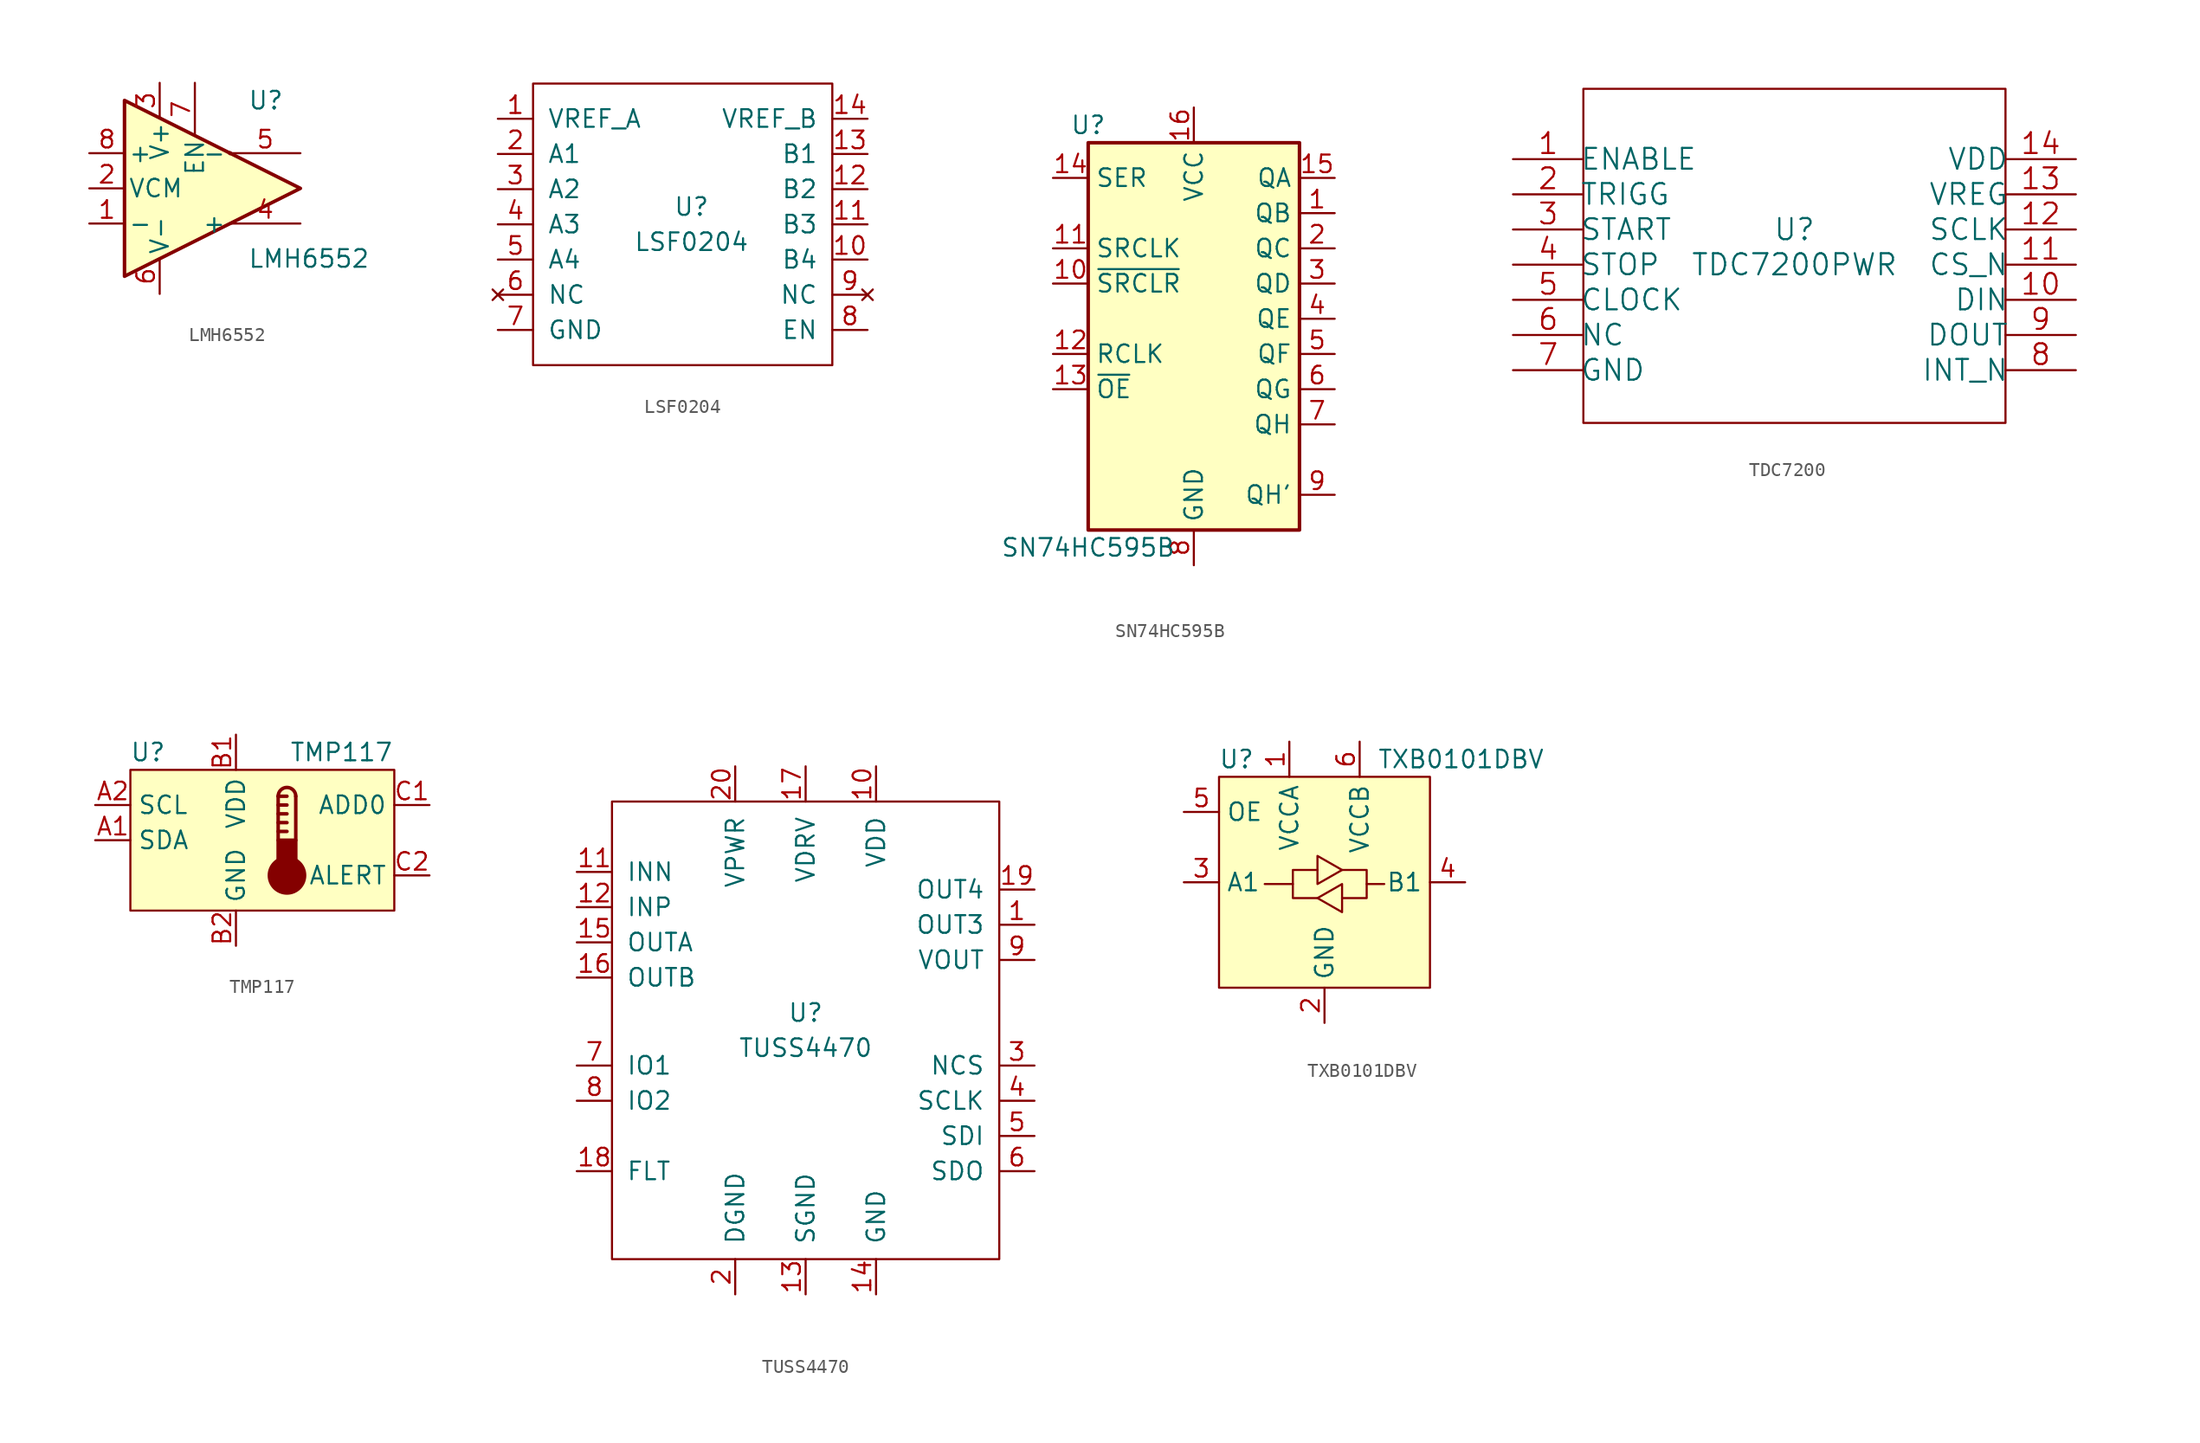
<source format=kicad_sym>
(kicad_symbol_lib
  (version 20220914)
  (generator kicad_symbol_editor)
  (symbol "LMH6552"
    (pin_names
      (offset 0.254))
    (property "Reference" "U"
      (at 3.81 6.35 0)
      (effects (font (size 1.27 1.27)) (justify left)))
    (property "Value" "LMH6552"
      (at 3.81 -5.08 0)
      (effects (font (size 1.27 1.27)) (justify left)))
    (symbol "LMH6552_0_1"
      (polyline (pts (xy 7.62 0) (xy -5.08 6.35) (xy -5.08 -6.35) (xy 7.62 0)) (stroke (width 0.254) (type default)) (fill (type background)))
      (circle (center 2.54 2.54) (radius 0.0001) (stroke (width 0) (type default)) (fill (type none))))
    (symbol "LMH6552_1_1"
      (pin input line (at -7.62 -2.54 0) (length 2.54) (name "-" (effects (font (size 1.27 1.27)))) (number "1" (effects (font (size 1.27 1.27)))))
      (pin input line (at -7.62 0 0) (length 2.54) (name "VCM" (effects (font (size 1.27 1.27)))) (number "2" (effects (font (size 1.27 1.27)))))
      (pin power_in line (at -2.54 7.62 270) (length 2.54) (name "V+" (effects (font (size 1.27 1.27)))) (number "3" (effects (font (size 1.27 1.27)))))
      (pin output line (at 7.62 -2.54 180) (length 5.08) (name "+" (effects (font (size 1.27 1.27)))) (number "4" (effects (font (size 1.27 1.27)))))
      (pin output line (at 7.62 2.54 180) (length 5.08) (name "-" (effects (font (size 1.27 1.27)))) (number "5" (effects (font (size 1.27 1.27)))))
      (pin power_in line (at -2.54 -7.62 90) (length 2.54) (name "V-" (effects (font (size 1.27 1.27)))) (number "6" (effects (font (size 1.27 1.27)))))
      (pin input line (at 0 7.62 270) (length 3.81) (name "EN" (effects (font (size 1.27 1.27)))) (number "7" (effects (font (size 1.27 1.27)))))
      (pin input line (at -7.62 2.54 0) (length 2.54) (name "+" (effects (font (size 1.27 1.27)))) (number "8" (effects (font (size 1.27 1.27)))))
      (pin passive line (at -2.54 -7.62 90) (length 2.54) hide (name "EP" (effects (font (size 1.27 1.27)))) (number "9" (effects (font (size 1.27 1.27)))))))
  (symbol "LSF0204"
    (pin_names
      (offset 1.016))
    (property "Reference" "U"
      (at 0 1.27 0)
      (effects (font (size 1.27 1.27))))
    (property "Value" "LSF0204"
      (at 0 -1.27 0)
      (effects (font (size 1.27 1.27))))
    (symbol "LSF0204_0_1"
      (rectangle (start -11.43 10.16) (end 10.16 -10.16) (stroke (width 0) (type solid)) (fill (type none))))
    (symbol "LSF0204_1_1"
      (pin power_in line (at -13.97 7.62 0) (length 2.54) (name "VREF_A" (effects (font (size 1.27 1.27)))) (number "1" (effects (font (size 1.27 1.27)))))
      (pin bidirectional line (at 12.7 -2.54 180) (length 2.54) (name "B4" (effects (font (size 1.27 1.27)))) (number "10" (effects (font (size 1.27 1.27)))))
      (pin bidirectional line (at 12.7 0 180) (length 2.54) (name "B3" (effects (font (size 1.27 1.27)))) (number "11" (effects (font (size 1.27 1.27)))))
      (pin bidirectional line (at 12.7 2.54 180) (length 2.54) (name "B2" (effects (font (size 1.27 1.27)))) (number "12" (effects (font (size 1.27 1.27)))))
      (pin bidirectional line (at 12.7 5.08 180) (length 2.54) (name "B1" (effects (font (size 1.27 1.27)))) (number "13" (effects (font (size 1.27 1.27)))))
      (pin power_in line (at 12.7 7.62 180) (length 2.54) (name "VREF_B" (effects (font (size 1.27 1.27)))) (number "14" (effects (font (size 1.27 1.27)))))
      (pin bidirectional line (at -13.97 5.08 0) (length 2.54) (name "A1" (effects (font (size 1.27 1.27)))) (number "2" (effects (font (size 1.27 1.27)))))
      (pin bidirectional line (at -13.97 2.54 0) (length 2.54) (name "A2" (effects (font (size 1.27 1.27)))) (number "3" (effects (font (size 1.27 1.27)))))
      (pin bidirectional line (at -13.97 0 0) (length 2.54) (name "A3" (effects (font (size 1.27 1.27)))) (number "4" (effects (font (size 1.27 1.27)))))
      (pin bidirectional line (at -13.97 -2.54 0) (length 2.54) (name "A4" (effects (font (size 1.27 1.27)))) (number "5" (effects (font (size 1.27 1.27)))))
      (pin no_connect line (at -13.97 -5.08 0) (length 2.54) (name "NC" (effects (font (size 1.27 1.27)))) (number "6" (effects (font (size 1.27 1.27)))))
      (pin power_in line (at -13.97 -7.62 0) (length 2.54) (name "GND" (effects (font (size 1.27 1.27)))) (number "7" (effects (font (size 1.27 1.27)))))
      (pin input line (at 12.7 -7.62 180) (length 2.54) (name "EN" (effects (font (size 1.27 1.27)))) (number "8" (effects (font (size 1.27 1.27)))))
      (pin no_connect line (at 12.7 -5.08 180) (length 2.54) (name "NC" (effects (font (size 1.27 1.27)))) (number "9" (effects (font (size 1.27 1.27)))))))
  (symbol "SN74HC595B"
    (property "Reference" "U"
      (at -7.62 13.97 0)
      (effects (font (size 1.27 1.27))))
    (property "Value" "SN74HC595B"
      (at -7.62 -16.51 0)
      (effects (font (size 1.27 1.27))))
    (symbol "SN74HC595B_1_0"
      (pin tri_state line (at 10.16 7.62 180) (length 2.54) (name "QB" (effects (font (size 1.27 1.27)))) (number "1" (effects (font (size 1.27 1.27)))))
      (pin input line (at -10.16 2.54 0) (length 2.54) (name "~{SRCLR}" (effects (font (size 1.27 1.27)))) (number "10" (effects (font (size 1.27 1.27)))))
      (pin input line (at -10.16 5.08 0) (length 2.54) (name "SRCLK" (effects (font (size 1.27 1.27)))) (number "11" (effects (font (size 1.27 1.27)))))
      (pin input line (at -10.16 -2.54 0) (length 2.54) (name "RCLK" (effects (font (size 1.27 1.27)))) (number "12" (effects (font (size 1.27 1.27)))))
      (pin input line (at -10.16 -5.08 0) (length 2.54) (name "~{OE}" (effects (font (size 1.27 1.27)))) (number "13" (effects (font (size 1.27 1.27)))))
      (pin input line (at -10.16 10.16 0) (length 2.54) (name "SER" (effects (font (size 1.27 1.27)))) (number "14" (effects (font (size 1.27 1.27)))))
      (pin tri_state line (at 10.16 10.16 180) (length 2.54) (name "QA" (effects (font (size 1.27 1.27)))) (number "15" (effects (font (size 1.27 1.27)))))
      (pin power_in line (at 0 15.24 270) (length 2.54) (name "VCC" (effects (font (size 1.27 1.27)))) (number "16" (effects (font (size 1.27 1.27)))))
      (pin tri_state line (at 10.16 5.08 180) (length 2.54) (name "QC" (effects (font (size 1.27 1.27)))) (number "2" (effects (font (size 1.27 1.27)))))
      (pin tri_state line (at 10.16 2.54 180) (length 2.54) (name "QD" (effects (font (size 1.27 1.27)))) (number "3" (effects (font (size 1.27 1.27)))))
      (pin tri_state line (at 10.16 0 180) (length 2.54) (name "QE" (effects (font (size 1.27 1.27)))) (number "4" (effects (font (size 1.27 1.27)))))
      (pin tri_state line (at 10.16 -2.54 180) (length 2.54) (name "QF" (effects (font (size 1.27 1.27)))) (number "5" (effects (font (size 1.27 1.27)))))
      (pin tri_state line (at 10.16 -5.08 180) (length 2.54) (name "QG" (effects (font (size 1.27 1.27)))) (number "6" (effects (font (size 1.27 1.27)))))
      (pin tri_state line (at 10.16 -7.62 180) (length 2.54) (name "QH" (effects (font (size 1.27 1.27)))) (number "7" (effects (font (size 1.27 1.27)))))
      (pin power_in line (at 0 -17.78 90) (length 2.54) (name "GND" (effects (font (size 1.27 1.27)))) (number "8" (effects (font (size 1.27 1.27)))))
      (pin output line (at 10.16 -12.7 180) (length 2.54) (name "QH'" (effects (font (size 1.27 1.27)))) (number "9" (effects (font (size 1.27 1.27))))))
    (symbol "SN74HC595B_1_1"
      (rectangle (start -7.62 12.7) (end 7.62 -15.24) (stroke (width 0.254) (type solid)) (fill (type background)))
      (pin passive line (at 0 -17.78 90) (length 2.54) hide (name "EP" (effects (font (size 1.27 1.27)))) (number "17" (effects (font (size 1.27 1.27)))))))
  (symbol "TDC7200"
    (pin_names
      (offset -0.254))
    (property "Reference" "U"
      (at 0 2.54 0)
      (effects (font (size 1.524 1.524))))
    (property "Value" "TDC7200PWR"
      (at 0 0 0)
      (effects (font (size 1.524 1.524))))
    (property "Datasheet" ""
      (at 0 0 0)
      (effects (font (size 1.524 1.524))))
    (symbol "TDC7200_0_1"
      (rectangle (start -15.24 12.7) (end 15.24 -11.43) (stroke (width 0) (type solid)) (fill (type none))))
    (symbol "TDC7200_1_1"
      (pin input line (at -20.32 7.62 0) (length 5.08) (name "ENABLE" (effects (font (size 1.499 1.499)))) (number "1" (effects (font (size 1.499 1.499)))))
      (pin input line (at 20.32 -2.54 180) (length 5.08) (name "DIN" (effects (font (size 1.499 1.499)))) (number "10" (effects (font (size 1.499 1.499)))))
      (pin input line (at 20.32 0 180) (length 5.08) (name "CS_N" (effects (font (size 1.499 1.499)))) (number "11" (effects (font (size 1.499 1.499)))))
      (pin input line (at 20.32 2.54 180) (length 5.08) (name "SCLK" (effects (font (size 1.499 1.499)))) (number "12" (effects (font (size 1.499 1.499)))))
      (pin power_in line (at 20.32 5.08 180) (length 5.08) (name "VREG" (effects (font (size 1.499 1.499)))) (number "13" (effects (font (size 1.499 1.499)))))
      (pin power_in line (at 20.32 7.62 180) (length 5.08) (name "VDD" (effects (font (size 1.499 1.499)))) (number "14" (effects (font (size 1.499 1.499)))))
      (pin output line (at -20.32 5.08 0) (length 5.08) (name "TRIGG" (effects (font (size 1.499 1.499)))) (number "2" (effects (font (size 1.499 1.499)))))
      (pin input line (at -20.32 2.54 0) (length 5.08) (name "START" (effects (font (size 1.499 1.499)))) (number "3" (effects (font (size 1.499 1.499)))))
      (pin input line (at -20.32 0 0) (length 5.08) (name "STOP" (effects (font (size 1.499 1.499)))) (number "4" (effects (font (size 1.499 1.499)))))
      (pin input line (at -20.32 -2.54 0) (length 5.08) (name "CLOCK" (effects (font (size 1.499 1.499)))) (number "5" (effects (font (size 1.499 1.499)))))
      (pin unspecified line (at -20.32 -5.08 0) (length 5.08) (name "NC" (effects (font (size 1.499 1.499)))) (number "6" (effects (font (size 1.499 1.499)))))
      (pin power_in line (at -20.32 -7.62 0) (length 5.08) (name "GND" (effects (font (size 1.499 1.499)))) (number "7" (effects (font (size 1.499 1.499)))))
      (pin output line (at 20.32 -7.62 180) (length 5.08) (name "INT_N" (effects (font (size 1.499 1.499)))) (number "8" (effects (font (size 1.499 1.499)))))
      (pin output line (at 20.32 -5.08 180) (length 5.08) (name "DOUT" (effects (font (size 1.499 1.499)))) (number "9" (effects (font (size 1.499 1.499)))))))
  (symbol "TMP117"
    (property "Reference" "U"
      (at -6.35 6.35 0)
      (effects (font (size 1.27 1.27))))
    (property "Value" "TMP117"
      (at 7.62 6.35 0)
      (effects (font (size 1.27 1.27))))
    (symbol "TMP117_0_1"
      (rectangle (start -7.62 5.08) (end 11.43 -5.08) (stroke (width 0) (type solid)) (fill (type background))))
    (symbol "TMP117_1_1"
      (polyline (pts (xy 3.048 0.635) (xy 3.683 0.635)) (stroke (width 0.254) (type solid)) (fill (type none)))
      (polyline (pts (xy 3.048 1.27) (xy 3.683 1.27)) (stroke (width 0.254) (type solid)) (fill (type none)))
      (polyline (pts (xy 3.048 1.905) (xy 3.683 1.905)) (stroke (width 0.254) (type solid)) (fill (type none)))
      (polyline (pts (xy 3.048 2.54) (xy 3.683 2.54)) (stroke (width 0.254) (type solid)) (fill (type none)))
      (polyline (pts (xy 3.048 3.175) (xy 3.048 0)) (stroke (width 0.254) (type solid)) (fill (type none)))
      (polyline (pts (xy 3.048 3.175) (xy 3.683 3.175)) (stroke (width 0.254) (type solid)) (fill (type none)))
      (polyline (pts (xy 4.318 3.175) (xy 4.318 0)) (stroke (width 0.254) (type solid)) (fill (type none)))
      (circle (center 3.683 -2.54) (radius 1.27) (stroke (width 0.254) (type solid)) (fill (type outline)))
      (rectangle (start 4.318 -1.905) (end 3.048 0) (stroke (width 0.254) (type solid)) (fill (type outline)))
      (arc (start 4.318 3.175) (mid 3.683 3.8073) (end 3.048 3.175) (stroke (width 0.254) (type solid)) (fill (type none)))
      (pin bidirectional line (at -10.16 0 0) (length 2.54) (name "SDA" (effects (font (size 1.27 1.27)))) (number "A1" (effects (font (size 1.27 1.27)))))
      (pin input line (at -10.16 2.54 0) (length 2.54) (name "SCL" (effects (font (size 1.27 1.27)))) (number "A2" (effects (font (size 1.27 1.27)))))
      (pin power_in line (at 0 7.62 270) (length 2.54) (name "VDD" (effects (font (size 1.27 1.27)))) (number "B1" (effects (font (size 1.27 1.27)))))
      (pin power_in line (at 0 -7.62 90) (length 2.54) (name "GND" (effects (font (size 1.27 1.27)))) (number "B2" (effects (font (size 1.27 1.27)))))
      (pin input line (at 13.97 2.54 180) (length 2.54) (name "ADD0" (effects (font (size 1.27 1.27)))) (number "C1" (effects (font (size 1.27 1.27)))))
      (pin output line (at 13.97 -2.54 180) (length 2.54) (name "ALERT" (effects (font (size 1.27 1.27)))) (number "C2" (effects (font (size 1.27 1.27)))))))
  (symbol "TUSS4470"
    (pin_names
      (offset 1.016))
    (property "Reference" "U"
      (at 0 1.27 0)
      (effects (font (size 1.27 1.27))))
    (property "Value" "TUSS4470"
      (at 0 -1.27 0)
      (effects (font (size 1.27 1.27))))
    (symbol "TUSS4470_0_1"
      (rectangle (start -13.97 16.51) (end 13.97 -16.51) (stroke (width 0) (type solid)) (fill (type none))))
    (symbol "TUSS4470_1_1"
      (pin output line (at 16.51 7.62 180) (length 2.54) (name "OUT3" (effects (font (size 1.27 1.27)))) (number "1" (effects (font (size 1.27 1.27)))))
      (pin power_in line (at 5.08 19.05 270) (length 2.54) (name "VDD" (effects (font (size 1.27 1.27)))) (number "10" (effects (font (size 1.27 1.27)))))
      (pin input line (at -16.51 11.43 0) (length 2.54) (name "INN" (effects (font (size 1.27 1.27)))) (number "11" (effects (font (size 1.27 1.27)))))
      (pin input line (at -16.51 8.89 0) (length 2.54) (name "INP" (effects (font (size 1.27 1.27)))) (number "12" (effects (font (size 1.27 1.27)))))
      (pin power_in line (at 0 -19.05 90) (length 2.54) (name "SGND" (effects (font (size 1.27 1.27)))) (number "13" (effects (font (size 1.27 1.27)))))
      (pin power_in line (at 5.08 -19.05 90) (length 2.54) (name "GND" (effects (font (size 1.27 1.27)))) (number "14" (effects (font (size 1.27 1.27)))))
      (pin output line (at -16.51 6.35 0) (length 2.54) (name "OUTA" (effects (font (size 1.27 1.27)))) (number "15" (effects (font (size 1.27 1.27)))))
      (pin output line (at -16.51 3.81 0) (length 2.54) (name "OUTB" (effects (font (size 1.27 1.27)))) (number "16" (effects (font (size 1.27 1.27)))))
      (pin power_in line (at 0 19.05 270) (length 2.54) (name "VDRV" (effects (font (size 1.27 1.27)))) (number "17" (effects (font (size 1.27 1.27)))))
      (pin input line (at -16.51 -10.16 0) (length 2.54) (name "FLT" (effects (font (size 1.27 1.27)))) (number "18" (effects (font (size 1.27 1.27)))))
      (pin output line (at 16.51 10.16 180) (length 2.54) (name "OUT4" (effects (font (size 1.27 1.27)))) (number "19" (effects (font (size 1.27 1.27)))))
      (pin power_in line (at -5.08 -19.05 90) (length 2.54) (name "DGND" (effects (font (size 1.27 1.27)))) (number "2" (effects (font (size 1.27 1.27)))))
      (pin power_in line (at -5.08 19.05 270) (length 2.54) (name "VPWR" (effects (font (size 1.27 1.27)))) (number "20" (effects (font (size 1.27 1.27)))))
      (pin unspecified line (at 5.08 -19.05 90) (length 2.54) hide (name "EP" (effects (font (size 1.27 1.27)))) (number "21" (effects (font (size 1.27 1.27)))))
      (pin input line (at 16.51 -2.54 180) (length 2.54) (name "NCS" (effects (font (size 1.27 1.27)))) (number "3" (effects (font (size 1.27 1.27)))))
      (pin input line (at 16.51 -5.08 180) (length 2.54) (name "SCLK" (effects (font (size 1.27 1.27)))) (number "4" (effects (font (size 1.27 1.27)))))
      (pin input line (at 16.51 -7.62 180) (length 2.54) (name "SDI" (effects (font (size 1.27 1.27)))) (number "5" (effects (font (size 1.27 1.27)))))
      (pin input line (at 16.51 -10.16 180) (length 2.54) (name "SDO" (effects (font (size 1.27 1.27)))) (number "6" (effects (font (size 1.27 1.27)))))
      (pin input line (at -16.51 -2.54 0) (length 2.54) (name "IO1" (effects (font (size 1.27 1.27)))) (number "7" (effects (font (size 1.27 1.27)))))
      (pin input line (at -16.51 -5.08 0) (length 2.54) (name "IO2" (effects (font (size 1.27 1.27)))) (number "8" (effects (font (size 1.27 1.27)))))
      (pin output line (at 16.51 5.08 180) (length 2.54) (name "VOUT" (effects (font (size 1.27 1.27)))) (number "9" (effects (font (size 1.27 1.27)))))))
  (symbol "TXB0101DBV"
    (property "Reference" "U"
      (at -6.35 16.51 0)
      (effects (font (size 1.27 1.27))))
    (property "Value" "TXB0101DBV"
      (at 3.81 16.51 0)
      (effects (font (size 1.27 1.27)) (justify left)))
    (symbol "TXB0101DBV_0_1"
      (rectangle (start -7.62 15.24) (end 7.62 0) (stroke (width 0) (type solid)) (fill (type background)))
      (polyline (pts (xy -2.286 7.493) (xy -2.286 8.509) (xy -0.508 8.509)) (stroke (width 0) (type solid)) (fill (type none)))
      (polyline (pts (xy 3.048 7.493) (xy 3.048 6.477) (xy 1.27 6.477)) (stroke (width 0) (type solid)) (fill (type none)))
      (polyline (pts (xy -0.508 6.477) (xy -2.286 6.477) (xy -2.286 7.493) (xy -4.318 7.493)) (stroke (width 0) (type solid)) (fill (type none)))
      (polyline (pts (xy -0.508 6.477) (xy 1.27 7.493) (xy 1.27 5.461) (xy -0.508 6.477)) (stroke (width 0) (type solid)) (fill (type none)))
      (polyline (pts (xy 1.27 8.509) (xy -0.508 7.493) (xy -0.508 9.525) (xy 1.27 8.509)) (stroke (width 0) (type solid)) (fill (type none)))
      (polyline (pts (xy 1.27 8.509) (xy 3.048 8.509) (xy 3.048 7.493) (xy 4.318 7.493)) (stroke (width 0) (type solid)) (fill (type none))))
    (symbol "TXB0101DBV_1_1"
      (pin power_in line (at -2.54 17.78 270) (length 2.54) (name "VCCA" (effects (font (size 1.27 1.27)))) (number "1" (effects (font (size 1.27 1.27)))))
      (pin power_in line (at 0 -2.54 90) (length 2.54) (name "GND" (effects (font (size 1.27 1.27)))) (number "2" (effects (font (size 1.27 1.27)))))
      (pin bidirectional line (at -10.16 7.62 0) (length 2.54) (name "A1" (effects (font (size 1.27 1.27)))) (number "3" (effects (font (size 1.27 1.27)))))
      (pin bidirectional line (at 10.16 7.62 180) (length 2.54) (name "B1" (effects (font (size 1.27 1.27)))) (number "4" (effects (font (size 1.27 1.27)))))
      (pin input line (at -10.16 12.7 0) (length 2.54) (name "OE" (effects (font (size 1.27 1.27)))) (number "5" (effects (font (size 1.27 1.27)))))
      (pin power_in line (at 2.54 17.78 270) (length 2.54) (name "VCCB" (effects (font (size 1.27 1.27)))) (number "6" (effects (font (size 1.27 1.27))))))))
</source>
